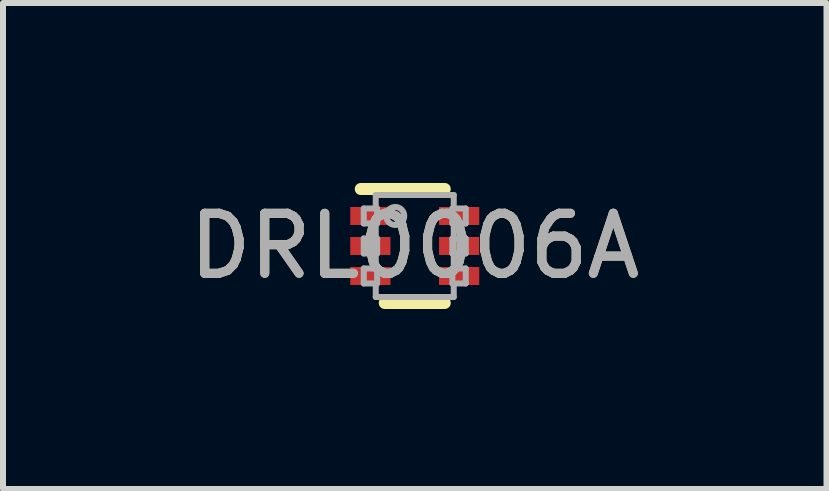
<source format=kicad_pcb>
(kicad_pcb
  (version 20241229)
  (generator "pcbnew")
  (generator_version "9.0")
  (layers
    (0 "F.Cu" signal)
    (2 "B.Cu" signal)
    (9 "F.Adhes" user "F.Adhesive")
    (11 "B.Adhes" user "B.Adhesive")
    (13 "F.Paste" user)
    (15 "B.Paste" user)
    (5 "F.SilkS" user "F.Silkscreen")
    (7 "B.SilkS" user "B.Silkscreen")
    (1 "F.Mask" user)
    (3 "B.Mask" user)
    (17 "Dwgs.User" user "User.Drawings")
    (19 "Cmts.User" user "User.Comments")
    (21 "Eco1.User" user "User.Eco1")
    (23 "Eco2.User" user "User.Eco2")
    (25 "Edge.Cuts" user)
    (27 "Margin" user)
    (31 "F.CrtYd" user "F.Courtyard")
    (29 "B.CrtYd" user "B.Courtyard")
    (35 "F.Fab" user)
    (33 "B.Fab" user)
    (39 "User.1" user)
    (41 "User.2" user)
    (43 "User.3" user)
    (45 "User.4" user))
  (footprint "DRL0006A"
    (layer "F.Cu")
    (at 3.863 1.05)
    (property "Reference" "DRL0006A" (at 0 0 0) (unlocked yes) (layer "F.SilkS") (effects (font (size 1 1) (thickness 0.15))))
    (attr smd)
    (fp_line (start -0.9 -0.95) (end 0.5 -0.95) (stroke (width 0.2) (type solid)) (layer "F.SilkS"))
    (fp_line (start -0.5 0.95) (end 0.5 0.95) (stroke (width 0.2) (type solid)) (layer "F.SilkS"))
    (fp_line (start -0.85 -0.625) (end -0.627 -0.625) (stroke (width 0.1) (type solid)) (layer "F.Fab"))
    (fp_line (start -0.85 -0.375) (end -0.85 -0.625) (stroke (width 0.1) (type solid)) (layer "F.Fab"))
    (fp_line (start -0.85 -0.375) (end -0.627 -0.375) (stroke (width 0.1) (type solid)) (layer "F.Fab"))
    (fp_line (start -0.85 -0.125) (end -0.627 -0.125) (stroke (width 0.1) (type solid)) (layer "F.Fab"))
    (fp_line (start -0.85 0.125) (end -0.85 -0.125) (stroke (width 0.1) (type solid)) (layer "F.Fab"))
    (fp_line (start -0.85 0.125) (end -0.627 0.125) (stroke (width 0.1) (type solid)) (layer "F.Fab"))
    (fp_line (start -0.85 0.375) (end -0.627 0.375) (stroke (width 0.1) (type solid)) (layer "F.Fab"))
    (fp_line (start -0.85 0.625) (end -0.85 0.375) (stroke (width 0.1) (type solid)) (layer "F.Fab"))
    (fp_line (start -0.85 0.625) (end -0.627 0.625) (stroke (width 0.1) (type solid)) (layer "F.Fab"))
    (fp_line (start -0.65 -0.85) (end 0.65 -0.85) (stroke (width 0.1) (type solid)) (layer "F.Fab"))
    (fp_line (start -0.65 -0.625) (end -0.65 -0.85) (stroke (width 0.1) (type solid)) (layer "F.Fab"))
    (fp_line (start -0.65 -0.125) (end -0.65 -0.375) (stroke (width 0.1) (type solid)) (layer "F.Fab"))
    (fp_line (start -0.65 0.375) (end -0.65 0.125) (stroke (width 0.1) (type solid)) (layer "F.Fab"))
    (fp_line (start -0.65 0.85) (end -0.65 0.625) (stroke (width 0.1) (type solid)) (layer "F.Fab"))
    (fp_line (start -0.65 0.85) (end 0.65 0.85) (stroke (width 0.1) (type solid)) (layer "F.Fab"))
    (fp_line (start -0.627 -0.375) (end -0.627 -0.625) (stroke (width 0.1) (type solid)) (layer "F.Fab"))
    (fp_line (start -0.627 0.125) (end -0.627 -0.125) (stroke (width 0.1) (type solid)) (layer "F.Fab"))
    (fp_line (start -0.627 0.625) (end -0.627 0.375) (stroke (width 0.1) (type solid)) (layer "F.Fab"))
    (fp_line (start 0.627 -0.625) (end 0.85 -0.625) (stroke (width 0.1) (type solid)) (layer "F.Fab"))
    (fp_line (start 0.627 -0.375) (end 0.627 -0.625) (stroke (width 0.1) (type solid)) (layer "F.Fab"))
    (fp_line (start 0.627 -0.375) (end 0.85 -0.375) (stroke (width 0.1) (type solid)) (layer "F.Fab"))
    (fp_line (start 0.627 -0.125) (end 0.85 -0.125) (stroke (width 0.1) (type solid)) (layer "F.Fab"))
    (fp_line (start 0.627 0.125) (end 0.627 -0.125) (stroke (width 0.1) (type solid)) (layer "F.Fab"))
    (fp_line (start 0.627 0.125) (end 0.85 0.125) (stroke (width 0.1) (type solid)) (layer "F.Fab"))
    (fp_line (start 0.627 0.375) (end 0.85 0.375) (stroke (width 0.1) (type solid)) (layer "F.Fab"))
    (fp_line (start 0.627 0.625) (end 0.627 0.375) (stroke (width 0.1) (type solid)) (layer "F.Fab"))
    (fp_line (start 0.627 0.625) (end 0.85 0.625) (stroke (width 0.1) (type solid)) (layer "F.Fab"))
    (fp_line (start 0.65 -0.625) (end 0.65 -0.85) (stroke (width 0.1) (type solid)) (layer "F.Fab"))
    (fp_line (start 0.65 0.375) (end 0.65 -0.375) (stroke (width 0.1) (type solid)) (layer "F.Fab"))
    (fp_line (start 0.65 0.85) (end 0.65 0.625) (stroke (width 0.1) (type solid)) (layer "F.Fab"))
    (fp_line (start 0.85 -0.375) (end 0.85 -0.625) (stroke (width 0.1) (type solid)) (layer "F.Fab"))
    (fp_line (start 0.85 0.625) (end 0.85 0.375) (stroke (width 0.1) (type solid)) (layer "F.Fab"))
    (fp_line (start 0.85 0.125) (end 0.85 -0.125) (stroke (width 0.1) (type solid)) (layer "F.Fab"))
    (fp_circle (center -0.325 -0.5) (end -0.175 -0.5) (stroke (width 0.1) (type solid)) (fill no) (layer "F.Fab"))
    (fp_text user "${REFERENCE}" (at 0 0 0) (unlocked yes) (layer "F.Fab") (effects (font (size 1 1) (thickness 0.15))))
    (pad "1" smd rect (at -0.74 -0.5 90) (size 0.3 0.67) (layers "F.Cu" "F.Mask" "F.Paste"))
    (pad "2" smd rect (at -0.74 -0.000003 90) (size 0.3 0.67) (layers "F.Cu" "F.Mask" "F.Paste"))
    (pad "3" smd rect (at -0.74 0.5 90) (size 0.3 0.67) (layers "F.Cu" "F.Mask" "F.Paste"))
    (pad "4" smd rect (at 0.74 0.5 90) (size 0.3 0.67) (layers "F.Cu" "F.Mask" "F.Paste"))
    (pad "5" smd rect (at 0.74 -0.000003 90) (size 0.3 0.67) (layers "F.Cu" "F.Mask" "F.Paste"))
    (pad "6" smd rect (at 0.74 -0.5 90) (size 0.3 0.67) (layers "F.Cu" "F.Mask" "F.Paste")))
  (gr_rect
    (start -3 -3)
    (end 10.726 5.1)
    (stroke (width 0.1) (type default))
    (fill no)
    (layer "Edge.Cuts")))
</source>
